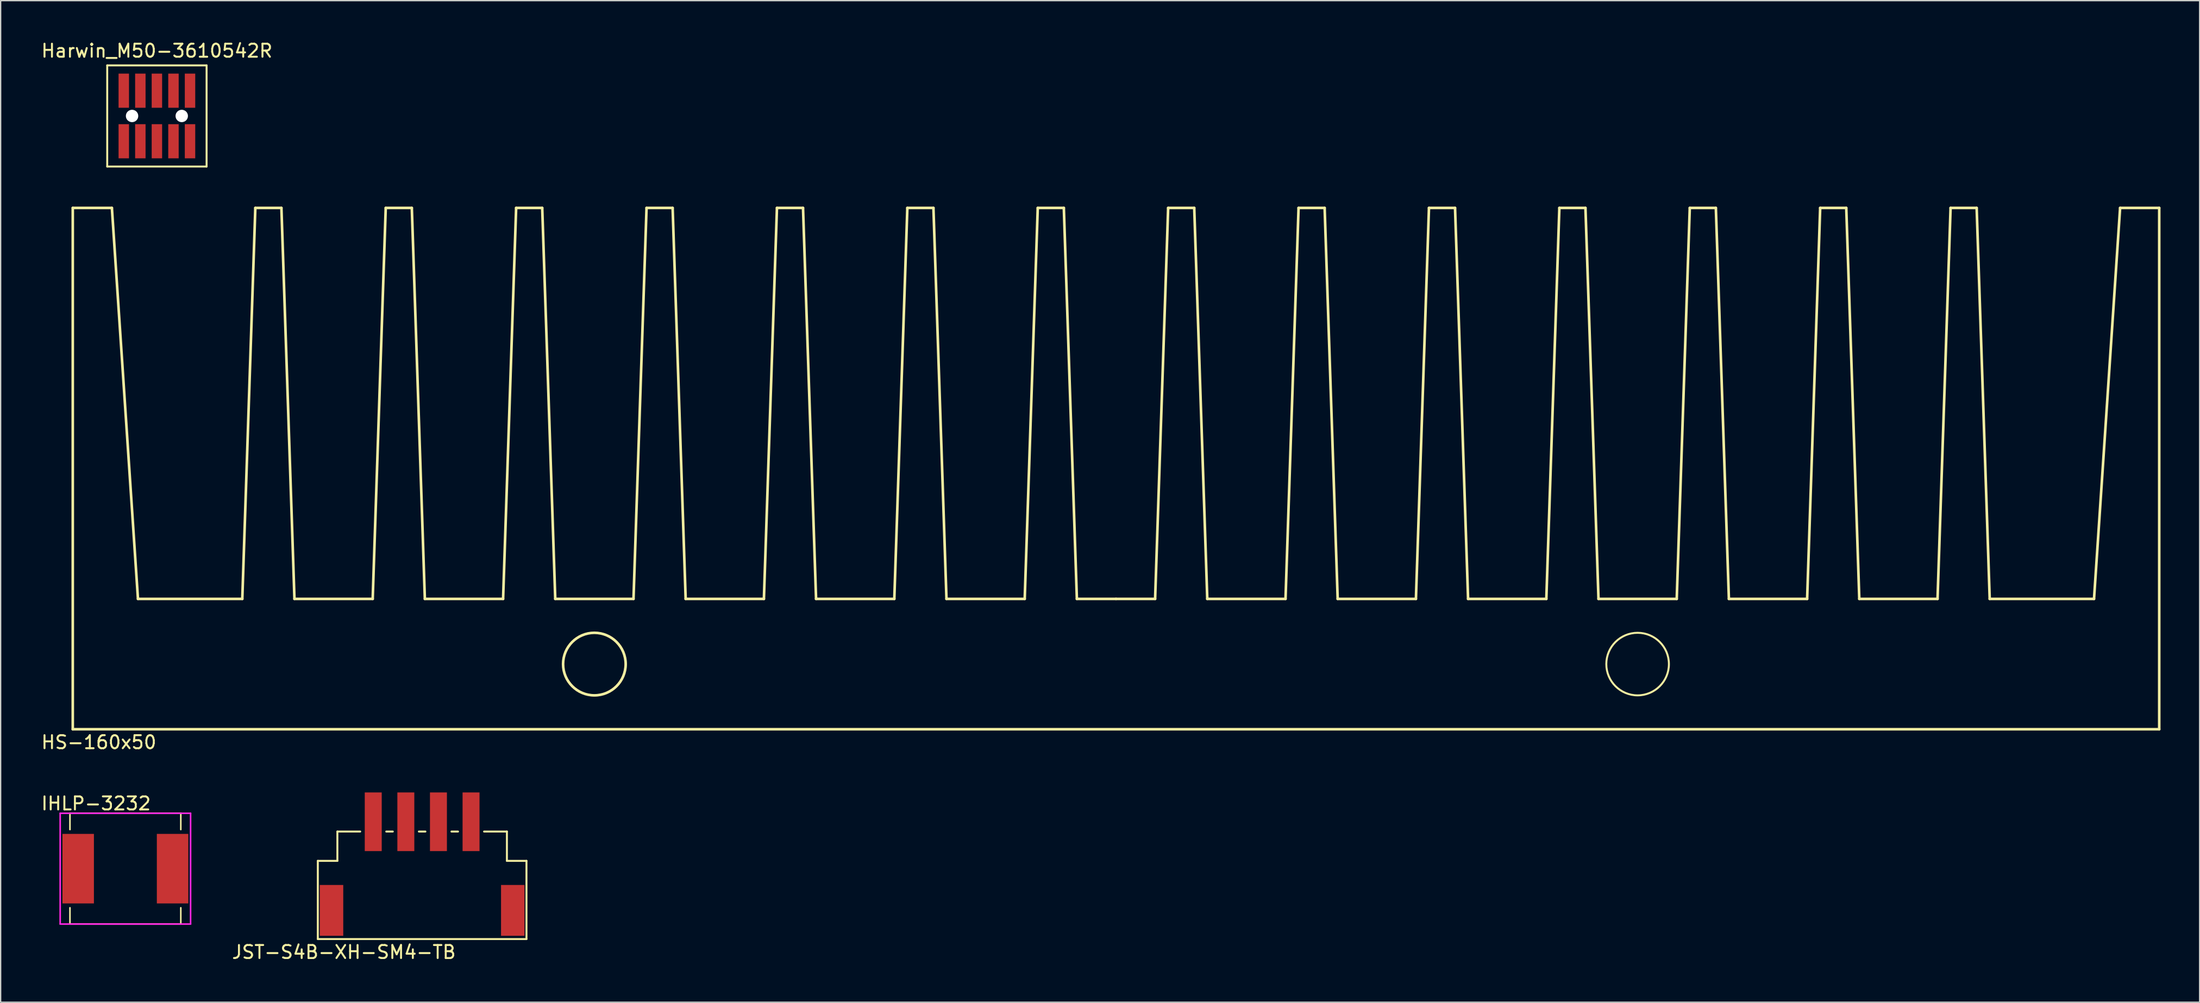
<source format=kicad_pcb>
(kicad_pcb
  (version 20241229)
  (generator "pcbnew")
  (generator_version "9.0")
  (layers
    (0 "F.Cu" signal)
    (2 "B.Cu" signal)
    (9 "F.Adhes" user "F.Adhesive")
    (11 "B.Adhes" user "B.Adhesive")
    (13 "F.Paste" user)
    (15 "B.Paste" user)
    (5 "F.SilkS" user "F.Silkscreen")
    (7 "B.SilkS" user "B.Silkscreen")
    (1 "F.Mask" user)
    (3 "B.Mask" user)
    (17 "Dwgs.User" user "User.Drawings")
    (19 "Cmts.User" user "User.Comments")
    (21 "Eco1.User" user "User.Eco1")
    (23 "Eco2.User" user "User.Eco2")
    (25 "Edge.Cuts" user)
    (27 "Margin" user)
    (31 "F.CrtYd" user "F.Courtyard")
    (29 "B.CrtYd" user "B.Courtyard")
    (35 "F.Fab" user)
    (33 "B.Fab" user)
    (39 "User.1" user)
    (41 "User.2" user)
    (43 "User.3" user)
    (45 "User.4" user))
  (footprint "HS-160x50"
    (layer "F.Cu")
    (at 82.53 52.903)
    (property "Reference" "HS-160x50" (at -78 1 0) (layer "F.SilkS") (effects (font (size 1 1) (thickness 0.15))))
    (attr through_hole)
    (fp_line (start -80 -40) (end -77 -40) (stroke (width 0.2) (type solid)) (layer "F.SilkS"))
    (fp_line (start -80 0) (end -80 -40) (stroke (width 0.2) (type solid)) (layer "F.SilkS"))
    (fp_line (start -80 0) (end 80 0) (stroke (width 0.2) (type solid)) (layer "F.SilkS"))
    (fp_line (start -77 -40) (end -75 -10) (stroke (width 0.2) (type solid)) (layer "F.SilkS"))
    (fp_line (start -75 -10) (end -67 -10) (stroke (width 0.2) (type solid)) (layer "F.SilkS"))
    (fp_line (start -67 -10) (end -66 -40) (stroke (width 0.2) (type solid)) (layer "F.SilkS"))
    (fp_line (start -66 -40) (end -64 -40) (stroke (width 0.2) (type solid)) (layer "F.SilkS"))
    (fp_line (start -63 -10) (end -64 -40) (stroke (width 0.2) (type solid)) (layer "F.SilkS"))
    (fp_line (start -63 -10) (end -57 -10) (stroke (width 0.2) (type solid)) (layer "F.SilkS"))
    (fp_line (start -57 -10) (end -56 -40) (stroke (width 0.2) (type solid)) (layer "F.SilkS"))
    (fp_line (start -56 -40) (end -54 -40) (stroke (width 0.2) (type solid)) (layer "F.SilkS"))
    (fp_line (start -54 -40) (end -53 -10) (stroke (width 0.2) (type solid)) (layer "F.SilkS"))
    (fp_line (start -53 -10) (end -47 -10) (stroke (width 0.2) (type solid)) (layer "F.SilkS"))
    (fp_line (start -47 -10) (end -46 -40) (stroke (width 0.2) (type solid)) (layer "F.SilkS"))
    (fp_line (start -46 -40) (end -44 -40) (stroke (width 0.2) (type solid)) (layer "F.SilkS"))
    (fp_line (start -44 -40) (end -43 -10) (stroke (width 0.2) (type solid)) (layer "F.SilkS"))
    (fp_line (start -43 -10) (end -37 -10) (stroke (width 0.2) (type solid)) (layer "F.SilkS"))
    (fp_line (start -37 -10) (end -36 -40) (stroke (width 0.2) (type solid)) (layer "F.SilkS"))
    (fp_line (start -36 -40) (end -34 -40) (stroke (width 0.2) (type solid)) (layer "F.SilkS"))
    (fp_line (start -34 -40) (end -33 -10) (stroke (width 0.2) (type solid)) (layer "F.SilkS"))
    (fp_line (start -33 -10) (end -27 -10) (stroke (width 0.2) (type solid)) (layer "F.SilkS"))
    (fp_line (start -27 -10) (end -26 -40) (stroke (width 0.2) (type solid)) (layer "F.SilkS"))
    (fp_line (start -26 -40) (end -24 -40) (stroke (width 0.2) (type solid)) (layer "F.SilkS"))
    (fp_line (start -24 -40) (end -23 -10) (stroke (width 0.2) (type solid)) (layer "F.SilkS"))
    (fp_line (start -23 -10) (end -17 -10) (stroke (width 0.2) (type solid)) (layer "F.SilkS"))
    (fp_line (start -17 -10) (end -16 -40) (stroke (width 0.2) (type solid)) (layer "F.SilkS"))
    (fp_line (start -16 -40) (end -14 -40) (stroke (width 0.2) (type solid)) (layer "F.SilkS"))
    (fp_line (start -14 -40) (end -13 -10) (stroke (width 0.2) (type solid)) (layer "F.SilkS"))
    (fp_line (start -13 -10) (end -7 -10) (stroke (width 0.2) (type solid)) (layer "F.SilkS"))
    (fp_line (start -7 -10) (end -6 -40) (stroke (width 0.2) (type solid)) (layer "F.SilkS"))
    (fp_line (start -6 -40) (end -4 -40) (stroke (width 0.2) (type solid)) (layer "F.SilkS"))
    (fp_line (start -4 -40) (end -3 -10) (stroke (width 0.2) (type solid)) (layer "F.SilkS"))
    (fp_line (start 0 -10) (end -3 -10) (stroke (width 0.2) (type solid)) (layer "F.SilkS"))
    (fp_line (start 0 -10) (end 3 -10) (stroke (width 0.2) (type solid)) (layer "F.SilkS"))
    (fp_line (start 4 -40) (end 3 -10) (stroke (width 0.2) (type solid)) (layer "F.SilkS"))
    (fp_line (start 6 -40) (end 4 -40) (stroke (width 0.2) (type solid)) (layer "F.SilkS"))
    (fp_line (start 7 -10) (end 6 -40) (stroke (width 0.2) (type solid)) (layer "F.SilkS"))
    (fp_line (start 13 -10) (end 7 -10) (stroke (width 0.2) (type solid)) (layer "F.SilkS"))
    (fp_line (start 14 -40) (end 13 -10) (stroke (width 0.2) (type solid)) (layer "F.SilkS"))
    (fp_line (start 16 -40) (end 14 -40) (stroke (width 0.2) (type solid)) (layer "F.SilkS"))
    (fp_line (start 17 -10) (end 16 -40) (stroke (width 0.2) (type solid)) (layer "F.SilkS"))
    (fp_line (start 17 -10) (end 23 -10) (stroke (width 0.2) (type solid)) (layer "F.SilkS"))
    (fp_line (start 24 -40) (end 23 -10) (stroke (width 0.2) (type solid)) (layer "F.SilkS"))
    (fp_line (start 26 -40) (end 24 -40) (stroke (width 0.2) (type solid)) (layer "F.SilkS"))
    (fp_line (start 27 -10) (end 26 -40) (stroke (width 0.2) (type solid)) (layer "F.SilkS"))
    (fp_line (start 33 -10) (end 27 -10) (stroke (width 0.2) (type solid)) (layer "F.SilkS"))
    (fp_line (start 34 -40) (end 33 -10) (stroke (width 0.2) (type solid)) (layer "F.SilkS"))
    (fp_line (start 36 -40) (end 34 -40) (stroke (width 0.2) (type solid)) (layer "F.SilkS"))
    (fp_line (start 37 -10) (end 36 -40) (stroke (width 0.2) (type solid)) (layer "F.SilkS"))
    (fp_line (start 43 -10) (end 37 -10) (stroke (width 0.2) (type solid)) (layer "F.SilkS"))
    (fp_line (start 44 -40) (end 43 -10) (stroke (width 0.2) (type solid)) (layer "F.SilkS"))
    (fp_line (start 46 -40) (end 44 -40) (stroke (width 0.2) (type solid)) (layer "F.SilkS"))
    (fp_line (start 47 -10) (end 46 -40) (stroke (width 0.2) (type solid)) (layer "F.SilkS"))
    (fp_line (start 53 -10) (end 47 -10) (stroke (width 0.2) (type solid)) (layer "F.SilkS"))
    (fp_line (start 54 -40) (end 53 -10) (stroke (width 0.2) (type solid)) (layer "F.SilkS"))
    (fp_line (start 56 -40) (end 54 -40) (stroke (width 0.2) (type solid)) (layer "F.SilkS"))
    (fp_line (start 57 -10) (end 56 -40) (stroke (width 0.2) (type solid)) (layer "F.SilkS"))
    (fp_line (start 63 -10) (end 57 -10) (stroke (width 0.2) (type solid)) (layer "F.SilkS"))
    (fp_line (start 63 -10) (end 64 -40) (stroke (width 0.2) (type solid)) (layer "F.SilkS"))
    (fp_line (start 66 -40) (end 64 -40) (stroke (width 0.2) (type solid)) (layer "F.SilkS"))
    (fp_line (start 67 -10) (end 66 -40) (stroke (width 0.2) (type solid)) (layer "F.SilkS"))
    (fp_line (start 75 -10) (end 67 -10) (stroke (width 0.2) (type solid)) (layer "F.SilkS"))
    (fp_line (start 77 -40) (end 75 -10) (stroke (width 0.2) (type solid)) (layer "F.SilkS"))
    (fp_line (start 80 -40) (end 77 -40) (stroke (width 0.2) (type solid)) (layer "F.SilkS"))
    (fp_line (start 80 0) (end 80 -40) (stroke (width 0.2) (type solid)) (layer "F.SilkS"))
    (fp_circle (center -40 -5) (end -37.6 -5) (stroke (width 0.2) (type solid)) (fill no) (layer "F.SilkS"))
    (fp_circle (center 40 -5) (end 42.4 -5) (stroke (width 0.15) (type solid)) (fill no) (layer "F.SilkS")))
  (footprint "IHLP-3232"
    (layer "F.Cu")
    (at 6.565 63.6)
    (property "Reference" "IHLP-3232" (at -2.25 -5 0) (layer "F.SilkS") (effects (font (size 1 1) (thickness 0.15))))
    (attr through_hole)
    (fp_line (start -4.25 -4.25) (end 4.25 -4.25) (stroke (width 0.12) (type solid)) (layer "F.SilkS"))
    (fp_line (start -4.25 -3) (end -4.25 -4.25) (stroke (width 0.12) (type solid)) (layer "F.SilkS"))
    (fp_line (start -4.25 4.25) (end -4.25 3) (stroke (width 0.12) (type solid)) (layer "F.SilkS"))
    (fp_line (start 4.25 -4.25) (end 4.25 -3) (stroke (width 0.12) (type solid)) (layer "F.SilkS"))
    (fp_line (start 4.25 3) (end 4.25 4.25) (stroke (width 0.12) (type solid)) (layer "F.SilkS"))
    (fp_line (start 4.25 4.25) (end -4.25 4.25) (stroke (width 0.12) (type solid)) (layer "F.SilkS"))
    (fp_line (start -5 -4.25) (end 5 -4.25) (stroke (width 0.12) (type solid)) (layer "F.CrtYd"))
    (fp_line (start -5 4.25) (end -5 -4.25) (stroke (width 0.12) (type solid)) (layer "F.CrtYd"))
    (fp_line (start 5 -4.25) (end 5 4.25) (stroke (width 0.12) (type solid)) (layer "F.CrtYd"))
    (fp_line (start 5 4.25) (end -5 4.25) (stroke (width 0.12) (type solid)) (layer "F.CrtYd"))
    (pad "1" smd rect (at -3.619 0) (size 2.413 5.335) (layers "F.Cu" "F.Mask" "F.Paste"))
    (pad "1" smd rect (at 3.619 0 180) (size 2.413 5.335) (layers "F.Cu" "F.Mask" "F.Paste")))
  (footprint "JST-S4B-XH-SM4-TB"
    (layer "F.Cu")
    (at 29.322 60.002)
    (property "Reference" "JST-S4B-XH-SM4-TB" (at -6 10 0) (layer "F.SilkS") (effects (font (size 1 1) (thickness 0.15))))
    (attr through_hole)
    (fp_line (start -8 3) (end -6.5 3) (stroke (width 0.15) (type solid)) (layer "F.SilkS"))
    (fp_line (start -8 9) (end -8 3) (stroke (width 0.15) (type solid)) (layer "F.SilkS"))
    (fp_line (start -8 9) (end 8 9) (stroke (width 0.15) (type solid)) (layer "F.SilkS"))
    (fp_line (start -6.5 0.75) (end -4.75 0.75) (stroke (width 0.15) (type solid)) (layer "F.SilkS"))
    (fp_line (start -6.5 3) (end -6.5 0.75) (stroke (width 0.15) (type solid)) (layer "F.SilkS"))
    (fp_line (start -2.25 0.75) (end -2.75 0.75) (stroke (width 0.15) (type solid)) (layer "F.SilkS"))
    (fp_line (start -0.25 0.75) (end 0.25 0.75) (stroke (width 0.15) (type solid)) (layer "F.SilkS"))
    (fp_line (start 2.25 0.75) (end 2.75 0.75) (stroke (width 0.15) (type solid)) (layer "F.SilkS"))
    (fp_line (start 6.5 0.75) (end 4.75 0.75) (stroke (width 0.15) (type solid)) (layer "F.SilkS"))
    (fp_line (start 6.5 3) (end 6.5 0.75) (stroke (width 0.15) (type solid)) (layer "F.SilkS"))
    (fp_line (start 8 3) (end 6.5 3) (stroke (width 0.15) (type solid)) (layer "F.SilkS"))
    (fp_line (start 8 9) (end 8 3) (stroke (width 0.15) (type solid)) (layer "F.SilkS"))
    (pad "1" smd rect (at -3.75 0) (size 1.3 4.5) (layers "F.Cu" "F.Mask" "F.Paste"))
    (pad "2" smd rect (at -1.25 0) (size 1.3 4.5) (layers "F.Cu" "F.Mask" "F.Paste"))
    (pad "3" smd rect (at 1.25 0) (size 1.3 4.5) (layers "F.Cu" "F.Mask" "F.Paste"))
    (pad "4" smd rect (at 3.75 0) (size 1.3 4.5) (layers "F.Cu" "F.Mask" "F.Paste"))
    (pad "MP" smd rect (at -6.95 6.8) (size 1.8 3.9) (layers "F.Cu" "F.Mask" "F.Paste"))
    (pad "MP" smd rect (at 6.95 6.8) (size 1.8 3.9) (layers "F.Cu" "F.Mask" "F.Paste")))
  (footprint "Harwin_M50-3610542R"
    (layer "F.Cu")
    (at 8.982 5.848)
    (property "Reference" "Harwin_M50-3610542R" (at 0 -5 0) (layer "F.SilkS") (effects (font (size 1 1) (thickness 0.15))))
    (attr through_hole)
    (fp_line (start -3.81 -3.88) (end 3.81 -3.88) (stroke (width 0.15) (type solid)) (layer "F.SilkS"))
    (fp_line (start -3.81 3.88) (end -3.81 -3.88) (stroke (width 0.15) (type solid)) (layer "F.SilkS"))
    (fp_line (start 3.81 -3.88) (end 3.81 3.88) (stroke (width 0.15) (type solid)) (layer "F.SilkS"))
    (fp_line (start 3.81 3.88) (end -3.81 3.88) (stroke (width 0.15) (type solid)) (layer "F.SilkS"))
    (pad "" np_thru_hole circle (at -1.905 0 180) (size 0.95 0.95) (drill 0.95) (layers "*.Cu" "*.Mask"))
    (pad "" np_thru_hole circle (at 1.905 0) (size 0.95 0.95) (drill 0.95) (layers "*.Cu" "*.Mask"))
    (pad "1" smd rect (at -2.54 1.94 180) (size 0.8 2.62) (layers "F.Cu" "F.Mask" "F.Paste"))
    (pad "2" smd rect (at -2.54 -1.94 180) (size 0.8 2.62) (layers "F.Cu" "F.Mask" "F.Paste"))
    (pad "3" smd rect (at -1.27 1.94 180) (size 0.8 2.62) (layers "F.Cu" "F.Mask" "F.Paste"))
    (pad "4" smd rect (at -1.27 -1.94 180) (size 0.8 2.62) (layers "F.Cu" "F.Mask" "F.Paste"))
    (pad "5" smd rect (at 0 1.94 180) (size 0.8 2.62) (layers "F.Cu" "F.Mask" "F.Paste"))
    (pad "6" smd rect (at 0 -1.94 180) (size 0.8 2.62) (layers "F.Cu" "F.Mask" "F.Paste"))
    (pad "7" smd rect (at 1.27 1.94 180) (size 0.8 2.62) (layers "F.Cu" "F.Mask" "F.Paste"))
    (pad "8" smd rect (at 1.27 -1.94 180) (size 0.8 2.62) (layers "F.Cu" "F.Mask" "F.Paste"))
    (pad "9" smd rect (at 2.54 1.94 180) (size 0.8 2.62) (layers "F.Cu" "F.Mask" "F.Paste"))
    (pad "10" smd rect (at 2.54 -1.94 180) (size 0.8 2.62) (layers "F.Cu" "F.Mask" "F.Paste")))
  (gr_rect
    (start -3 -3)
    (end 165.63 73.85)
    (stroke (width 0.1) (type default))
    (fill no)
    (layer "Edge.Cuts")))
</source>
